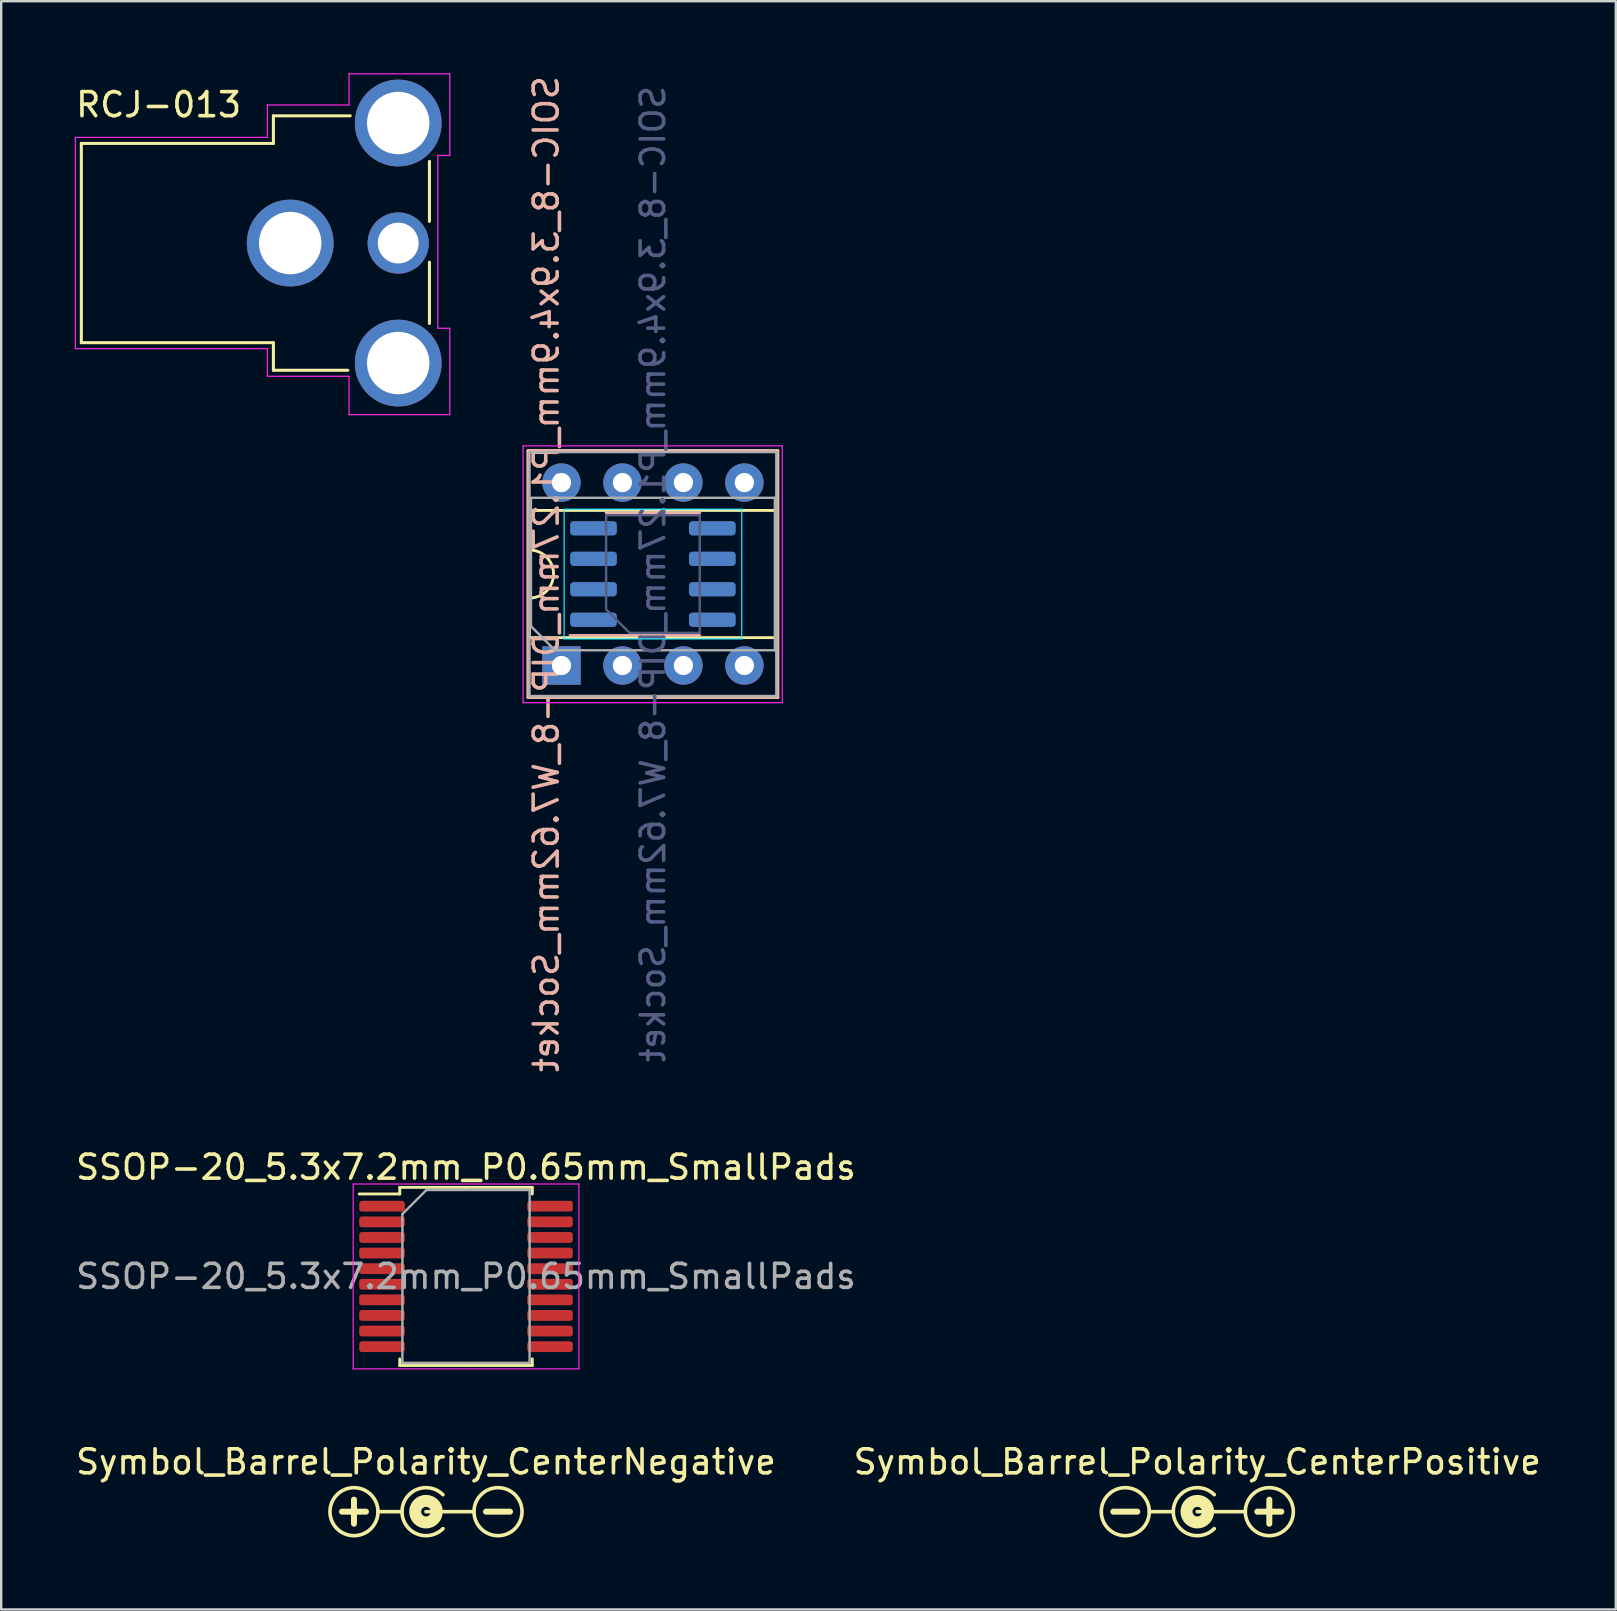
<source format=kicad_pcb>
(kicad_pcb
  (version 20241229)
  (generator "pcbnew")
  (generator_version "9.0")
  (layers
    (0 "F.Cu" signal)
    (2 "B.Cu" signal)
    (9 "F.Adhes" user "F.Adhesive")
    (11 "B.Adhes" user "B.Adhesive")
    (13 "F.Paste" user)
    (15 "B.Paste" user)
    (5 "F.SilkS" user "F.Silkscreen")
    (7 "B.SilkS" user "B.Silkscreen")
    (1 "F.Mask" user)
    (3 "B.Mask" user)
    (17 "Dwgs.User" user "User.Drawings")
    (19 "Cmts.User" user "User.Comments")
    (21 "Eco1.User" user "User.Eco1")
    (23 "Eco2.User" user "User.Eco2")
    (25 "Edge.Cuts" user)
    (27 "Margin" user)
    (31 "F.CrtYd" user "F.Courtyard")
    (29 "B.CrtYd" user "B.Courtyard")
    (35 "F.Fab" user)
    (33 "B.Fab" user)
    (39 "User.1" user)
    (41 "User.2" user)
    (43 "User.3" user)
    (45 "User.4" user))
  (footprint "RCJ-013"
    (layer "F.Cu")
    (at 7.589 7.075)
    (property "Reference" "RCJ-013" (at -4.031 -5.763 0) (layer "F.SilkS") (effects (font (size 1.001 1.001) (thickness 0.15))))
    (attr through_hole)
    (fp_line (start -7.25 -4.15) (end -7.25 4.15) (stroke (width 0.127) (type solid)) (layer "F.SilkS"))
    (fp_line (start -7.25 4.15) (end 0.75 4.15) (stroke (width 0.127) (type solid)) (layer "F.SilkS"))
    (fp_line (start 0.75 -5.3) (end 0.75 -4.15) (stroke (width 0.127) (type solid)) (layer "F.SilkS"))
    (fp_line (start 0.75 -4.15) (end -7.25 -4.15) (stroke (width 0.127) (type solid)) (layer "F.SilkS"))
    (fp_line (start 0.75 4.15) (end 0.75 5.3) (stroke (width 0.127) (type solid)) (layer "F.SilkS"))
    (fp_line (start 0.75 5.3) (end 3.85 5.3) (stroke (width 0.127) (type solid)) (layer "F.SilkS"))
    (fp_line (start 3.95 -5.3) (end 0.75 -5.3) (stroke (width 0.127) (type solid)) (layer "F.SilkS"))
    (fp_line (start 7.25 -0.9) (end 7.25 -3.4) (stroke (width 0.127) (type solid)) (layer "F.SilkS"))
    (fp_line (start 7.25 3.35) (end 7.25 0.8) (stroke (width 0.127) (type solid)) (layer "F.SilkS"))
    (fp_line (start -7.5 -4.4) (end -7.5 4.4) (stroke (width 0.05) (type solid)) (layer "F.CrtYd"))
    (fp_line (start -7.5 4.4) (end 0.5 4.4) (stroke (width 0.05) (type solid)) (layer "F.CrtYd"))
    (fp_line (start 0.5 -5.75) (end 0.5 -4.4) (stroke (width 0.05) (type solid)) (layer "F.CrtYd"))
    (fp_line (start 0.5 -4.4) (end -7.5 -4.4) (stroke (width 0.05) (type solid)) (layer "F.CrtYd"))
    (fp_line (start 0.5 4.4) (end 0.5 5.55) (stroke (width 0.05) (type solid)) (layer "F.CrtYd"))
    (fp_line (start 0.5 5.55) (end 3.9 5.55) (stroke (width 0.05) (type solid)) (layer "F.CrtYd"))
    (fp_line (start 3.9 -7.05) (end 8.1 -7.05) (stroke (width 0.05) (type solid)) (layer "F.CrtYd"))
    (fp_line (start 3.9 -5.75) (end 0.5 -5.75) (stroke (width 0.05) (type solid)) (layer "F.CrtYd"))
    (fp_line (start 3.9 -5.75) (end 3.9 -7.05) (stroke (width 0.05) (type solid)) (layer "F.CrtYd"))
    (fp_line (start 3.9 7.15) (end 3.9 5.55) (stroke (width 0.05) (type solid)) (layer "F.CrtYd"))
    (fp_line (start 7.6 -3.65) (end 7.6 3.55) (stroke (width 0.05) (type solid)) (layer "F.CrtYd"))
    (fp_line (start 7.6 3.55) (end 8.1 3.55) (stroke (width 0.05) (type solid)) (layer "F.CrtYd"))
    (fp_line (start 8.1 -7.05) (end 8.1 -3.65) (stroke (width 0.05) (type solid)) (layer "F.CrtYd"))
    (fp_line (start 8.1 -3.65) (end 7.6 -3.65) (stroke (width 0.05) (type solid)) (layer "F.CrtYd"))
    (fp_line (start 8.1 7.15) (end 3.9 7.15) (stroke (width 0.05) (type solid)) (layer "F.CrtYd"))
    (fp_line (start 8.1 7.15) (end 8.1 3.55) (stroke (width 0.05) (type solid)) (layer "F.CrtYd"))
    (pad "1" thru_hole circle (at 5.95 0) (size 2.55 2.55) (drill 1.7) (layers "*.Cu" "*.Mask"))
    (pad "2" thru_hole circle (at 1.45 0) (size 3.616 3.616) (drill 2.6) (layers "*.Cu" "*.Mask"))
    (pad "2" thru_hole circle (at 5.95 -5) (size 3.616 3.616) (drill 2.6) (layers "*.Cu" "*.Mask"))
    (pad "2" thru_hole circle (at 5.95 5) (size 3.616 3.616) (drill 2.6) (layers "*.Cu" "*.Mask")))
  (footprint "SSOP-20_5.3x7.2mm_P0.65mm_SmallPads"
    (layer "F.Cu")
    (at 16.363 50.124)
    (property "Reference" "SSOP-20_5.3x7.2mm_P0.65mm_SmallPads" (at 0 -4.55 0) (layer "F.SilkS") (effects (font (size 1 1) (thickness 0.15))))
    (attr smd)
    (fp_line (start -2.76 -3.71) (end -2.76 -3.435) (stroke (width 0.12) (type solid)) (layer "F.SilkS"))
    (fp_line (start -2.76 -3.435) (end -4.45 -3.435) (stroke (width 0.12) (type solid)) (layer "F.SilkS"))
    (fp_line (start -2.76 3.71) (end -2.76 3.435) (stroke (width 0.12) (type solid)) (layer "F.SilkS"))
    (fp_line (start 0 -3.71) (end -2.76 -3.71) (stroke (width 0.12) (type solid)) (layer "F.SilkS"))
    (fp_line (start 0 -3.71) (end 2.76 -3.71) (stroke (width 0.12) (type solid)) (layer "F.SilkS"))
    (fp_line (start 0 3.71) (end -2.76 3.71) (stroke (width 0.12) (type solid)) (layer "F.SilkS"))
    (fp_line (start 0 3.71) (end 2.76 3.71) (stroke (width 0.12) (type solid)) (layer "F.SilkS"))
    (fp_line (start 2.76 -3.71) (end 2.76 -3.435) (stroke (width 0.12) (type solid)) (layer "F.SilkS"))
    (fp_line (start 2.76 3.71) (end 2.76 3.435) (stroke (width 0.12) (type solid)) (layer "F.SilkS"))
    (fp_line (start -4.7 -3.85) (end -4.7 3.85) (stroke (width 0.05) (type solid)) (layer "F.CrtYd"))
    (fp_line (start -4.7 3.85) (end 4.7 3.85) (stroke (width 0.05) (type solid)) (layer "F.CrtYd"))
    (fp_line (start 4.7 -3.85) (end -4.7 -3.85) (stroke (width 0.05) (type solid)) (layer "F.CrtYd"))
    (fp_line (start 4.7 3.85) (end 4.7 -3.85) (stroke (width 0.05) (type solid)) (layer "F.CrtYd"))
    (fp_line (start -2.65 -2.6) (end -1.65 -3.6) (stroke (width 0.1) (type solid)) (layer "F.Fab"))
    (fp_line (start -2.65 3.6) (end -2.65 -2.6) (stroke (width 0.1) (type solid)) (layer "F.Fab"))
    (fp_line (start -1.65 -3.6) (end 2.65 -3.6) (stroke (width 0.1) (type solid)) (layer "F.Fab"))
    (fp_line (start 2.65 -3.6) (end 2.65 3.6) (stroke (width 0.1) (type solid)) (layer "F.Fab"))
    (fp_line (start 2.65 3.6) (end -2.65 3.6) (stroke (width 0.1) (type solid)) (layer "F.Fab"))
    (fp_text user "${REFERENCE}" (at 0 0 0) (layer "F.Fab") (effects (font (size 1 1) (thickness 0.15))))
    (pad "1" smd roundrect (at -3.5 -2.925) (size 1.9 0.45) (layers "F.Cu" "F.Mask" "F.Paste") (roundrect_rratio 0.25))
    (pad "2" smd roundrect (at -3.5 -2.275) (size 1.9 0.45) (layers "F.Cu" "F.Mask" "F.Paste") (roundrect_rratio 0.25))
    (pad "3" smd roundrect (at -3.5 -1.625) (size 1.9 0.45) (layers "F.Cu" "F.Mask" "F.Paste") (roundrect_rratio 0.25))
    (pad "4" smd roundrect (at -3.5 -0.975) (size 1.9 0.45) (layers "F.Cu" "F.Mask" "F.Paste") (roundrect_rratio 0.25))
    (pad "5" smd roundrect (at -3.5 -0.325) (size 1.9 0.45) (layers "F.Cu" "F.Mask" "F.Paste") (roundrect_rratio 0.25))
    (pad "6" smd roundrect (at -3.5 0.325) (size 1.9 0.45) (layers "F.Cu" "F.Mask" "F.Paste") (roundrect_rratio 0.25))
    (pad "7" smd roundrect (at -3.5 0.975) (size 1.9 0.45) (layers "F.Cu" "F.Mask" "F.Paste") (roundrect_rratio 0.25))
    (pad "8" smd roundrect (at -3.5 1.625) (size 1.9 0.45) (layers "F.Cu" "F.Mask" "F.Paste") (roundrect_rratio 0.25))
    (pad "9" smd roundrect (at -3.5 2.275) (size 1.9 0.45) (layers "F.Cu" "F.Mask" "F.Paste") (roundrect_rratio 0.25))
    (pad "10" smd roundrect (at -3.5 2.925) (size 1.9 0.45) (layers "F.Cu" "F.Mask" "F.Paste") (roundrect_rratio 0.25))
    (pad "11" smd roundrect (at 3.5 2.925) (size 1.9 0.45) (layers "F.Cu" "F.Mask" "F.Paste") (roundrect_rratio 0.25))
    (pad "12" smd roundrect (at 3.5 2.275) (size 1.9 0.45) (layers "F.Cu" "F.Mask" "F.Paste") (roundrect_rratio 0.25))
    (pad "13" smd roundrect (at 3.5 1.625) (size 1.9 0.45) (layers "F.Cu" "F.Mask" "F.Paste") (roundrect_rratio 0.25))
    (pad "14" smd roundrect (at 3.5 0.975) (size 1.9 0.45) (layers "F.Cu" "F.Mask" "F.Paste") (roundrect_rratio 0.25))
    (pad "15" smd roundrect (at 3.5 0.325) (size 1.9 0.45) (layers "F.Cu" "F.Mask" "F.Paste") (roundrect_rratio 0.25))
    (pad "16" smd roundrect (at 3.5 -0.325) (size 1.9 0.45) (layers "F.Cu" "F.Mask" "F.Paste") (roundrect_rratio 0.25))
    (pad "17" smd roundrect (at 3.5 -0.975) (size 1.9 0.45) (layers "F.Cu" "F.Mask" "F.Paste") (roundrect_rratio 0.25))
    (pad "18" smd roundrect (at 3.5 -1.625) (size 1.9 0.45) (layers "F.Cu" "F.Mask" "F.Paste") (roundrect_rratio 0.25))
    (pad "19" smd roundrect (at 3.5 -2.275) (size 1.9 0.45) (layers "F.Cu" "F.Mask" "F.Paste") (roundrect_rratio 0.25))
    (pad "20" smd roundrect (at 3.5 -2.925) (size 1.9 0.45) (layers "F.Cu" "F.Mask" "F.Paste") (roundrect_rratio 0.25)))
  (footprint "SOIC-8_3.9x4.9mm_P1.27mm_DIP-8_W7.62mm_Socket"
    (layer "F.Cu")
    (at 24.149 20.863)
    (property "Reference" "SOIC-8_3.9x4.9mm_P1.27mm_DIP-8_W7.62mm_Socket" (at -4.445 0 270) (layer "B.SilkS") (effects (font (size 1 1) (thickness 0.15)) (justify mirror)))
    (attr smd)
    (fp_line (start -5.2 -5.14) (end -5.2 5.14) (stroke (width 0.12) (type solid)) (layer "F.SilkS"))
    (fp_line (start -5.2 5.14) (end 5.2 5.14) (stroke (width 0.12) (type solid)) (layer "F.SilkS"))
    (fp_line (start -5.14 -2.65) (end -5.14 -1) (stroke (width 0.12) (type solid)) (layer "F.SilkS"))
    (fp_line (start -5.14 1) (end -5.14 2.65) (stroke (width 0.12) (type solid)) (layer "F.SilkS"))
    (fp_line (start -5.14 2.65) (end 5.14 2.65) (stroke (width 0.12) (type solid)) (layer "F.SilkS"))
    (fp_line (start 5.14 -2.65) (end -5.14 -2.65) (stroke (width 0.12) (type solid)) (layer "F.SilkS"))
    (fp_line (start 5.14 2.65) (end 5.14 -2.65) (stroke (width 0.12) (type solid)) (layer "F.SilkS"))
    (fp_line (start 5.2 -5.14) (end -5.2 -5.14) (stroke (width 0.12) (type solid)) (layer "F.SilkS"))
    (fp_line (start 5.2 5.14) (end 5.2 -5.14) (stroke (width 0.12) (type solid)) (layer "F.SilkS"))
    (fp_arc (start -5.14 -1) (mid -4.14 0) (end -5.14 1) (stroke (width 0.12) (type solid)) (layer "F.SilkS"))
    (fp_line (start -5.2 -5.14) (end 5.2 -5.14) (stroke (width 0.12) (type solid)) (layer "B.SilkS"))
    (fp_line (start -5.2 5.14) (end -5.2 -5.14) (stroke (width 0.12) (type solid)) (layer "B.SilkS"))
    (fp_line (start 0 -2.56) (end -1.95 -2.56) (stroke (width 0.12) (type solid)) (layer "B.SilkS"))
    (fp_line (start 0 -2.56) (end 1.95 -2.56) (stroke (width 0.12) (type solid)) (layer "B.SilkS"))
    (fp_line (start 0 2.56) (end -3.45 2.56) (stroke (width 0.12) (type solid)) (layer "B.SilkS"))
    (fp_line (start 0 2.56) (end 1.95 2.56) (stroke (width 0.12) (type solid)) (layer "B.SilkS"))
    (fp_line (start 5.2 -5.14) (end 5.2 5.14) (stroke (width 0.12) (type solid)) (layer "B.SilkS"))
    (fp_line (start 5.2 5.14) (end -5.2 5.14) (stroke (width 0.12) (type solid)) (layer "B.SilkS"))
    (fp_line (start -3.7 -2.7) (end 3.7 -2.7) (stroke (width 0.05) (type solid)) (layer "B.CrtYd"))
    (fp_line (start -3.7 2.7) (end -3.7 -2.7) (stroke (width 0.05) (type solid)) (layer "B.CrtYd"))
    (fp_line (start 3.7 -2.7) (end 3.7 2.7) (stroke (width 0.05) (type solid)) (layer "B.CrtYd"))
    (fp_line (start 3.7 2.7) (end -3.7 2.7) (stroke (width 0.05) (type solid)) (layer "B.CrtYd"))
    (fp_line (start -5.41 -5.34) (end -5.41 5.36) (stroke (width 0.05) (type solid)) (layer "F.CrtYd"))
    (fp_line (start -5.41 5.36) (end 5.39 5.36) (stroke (width 0.05) (type solid)) (layer "F.CrtYd"))
    (fp_line (start 5.39 -5.34) (end -5.41 -5.34) (stroke (width 0.05) (type solid)) (layer "F.CrtYd"))
    (fp_line (start 5.39 5.36) (end 5.39 -5.34) (stroke (width 0.05) (type solid)) (layer "F.CrtYd"))
    (fp_line (start -1.95 -2.45) (end -1.95 1.475) (stroke (width 0.1) (type solid)) (layer "B.Fab"))
    (fp_line (start -1.95 1.475) (end -0.975 2.45) (stroke (width 0.1) (type solid)) (layer "B.Fab"))
    (fp_line (start -0.975 2.45) (end 1.95 2.45) (stroke (width 0.1) (type solid)) (layer "B.Fab"))
    (fp_line (start 1.95 -2.45) (end -1.95 -2.45) (stroke (width 0.1) (type solid)) (layer "B.Fab"))
    (fp_line (start 1.95 2.45) (end 1.95 -2.45) (stroke (width 0.1) (type solid)) (layer "B.Fab"))
    (fp_line (start -5.14 -5.08) (end -5.14 5.08) (stroke (width 0.1) (type solid)) (layer "F.Fab"))
    (fp_line (start -5.14 5.08) (end 5.14 5.08) (stroke (width 0.1) (type solid)) (layer "F.Fab"))
    (fp_line (start -5.08 -3.175) (end 5.08 -3.175) (stroke (width 0.1) (type solid)) (layer "F.Fab"))
    (fp_line (start -5.08 2.175) (end -5.08 -3.175) (stroke (width 0.1) (type solid)) (layer "F.Fab"))
    (fp_line (start -4.08 3.175) (end -5.08 2.175) (stroke (width 0.1) (type solid)) (layer "F.Fab"))
    (fp_line (start 5.08 -3.175) (end 5.08 3.175) (stroke (width 0.1) (type solid)) (layer "F.Fab"))
    (fp_line (start 5.08 3.175) (end -4.08 3.175) (stroke (width 0.1) (type solid)) (layer "F.Fab"))
    (fp_line (start 5.14 -5.08) (end -5.14 -5.08) (stroke (width 0.1) (type solid)) (layer "F.Fab"))
    (fp_line (start 5.14 5.08) (end 5.14 -5.08) (stroke (width 0.1) (type solid)) (layer "F.Fab"))
    (fp_text user "${REFERENCE}" (at 0 0 270) (layer "B.Fab") (effects (font (size 0.98 0.98) (thickness 0.15)) (justify mirror)))
    (pad "1" thru_hole rect (at -3.81 3.81 90) (size 1.6 1.6) (drill 0.8) (layers "*.Cu" "*.Mask"))
    (pad "1" smd roundrect (at -2.475 1.905) (size 1.95 0.6) (layers "B.Cu" "B.Mask" "B.Paste") (roundrect_rratio 0.25))
    (pad "2" smd roundrect (at -2.475 0.635) (size 1.95 0.6) (layers "B.Cu" "B.Mask" "B.Paste") (roundrect_rratio 0.25))
    (pad "2" thru_hole oval (at -1.27 3.81 90) (size 1.6 1.6) (drill 0.8) (layers "*.Cu" "*.Mask"))
    (pad "3" smd roundrect (at -2.475 -0.635) (size 1.95 0.6) (layers "B.Cu" "B.Mask" "B.Paste") (roundrect_rratio 0.25))
    (pad "3" thru_hole oval (at 1.27 3.81 90) (size 1.6 1.6) (drill 0.8) (layers "*.Cu" "*.Mask"))
    (pad "4" smd roundrect (at -2.475 -1.905) (size 1.95 0.6) (layers "B.Cu" "B.Mask" "B.Paste") (roundrect_rratio 0.25))
    (pad "4" thru_hole oval (at 3.81 3.81 90) (size 1.6 1.6) (drill 0.8) (layers "*.Cu" "*.Mask"))
    (pad "5" smd roundrect (at 2.475 -1.905) (size 1.95 0.6) (layers "B.Cu" "B.Mask" "B.Paste") (roundrect_rratio 0.25))
    (pad "5" thru_hole oval (at 3.81 -3.81 90) (size 1.6 1.6) (drill 0.8) (layers "*.Cu" "*.Mask"))
    (pad "6" thru_hole oval (at 1.27 -3.81 90) (size 1.6 1.6) (drill 0.8) (layers "*.Cu" "*.Mask"))
    (pad "6" smd roundrect (at 2.475 -0.635) (size 1.95 0.6) (layers "B.Cu" "B.Mask" "B.Paste") (roundrect_rratio 0.25))
    (pad "7" thru_hole oval (at -1.27 -3.81 90) (size 1.6 1.6) (drill 0.8) (layers "*.Cu" "*.Mask"))
    (pad "7" smd roundrect (at 2.475 0.635) (size 1.95 0.6) (layers "B.Cu" "B.Mask" "B.Paste") (roundrect_rratio 0.25))
    (pad "8" thru_hole oval (at -3.81 -3.81 90) (size 1.6 1.6) (drill 0.8) (layers "*.Cu" "*.Mask"))
    (pad "8" smd roundrect (at 2.475 1.905) (size 1.95 0.6) (layers "B.Cu" "B.Mask" "B.Paste") (roundrect_rratio 0.25)))
  (footprint "Symbol_Barrel_Polarity_CenterNegative"
    (layer "F.Cu")
    (at 14.696 59.923)
    (property "Reference" "Symbol_Barrel_Polarity_CenterNegative" (at 0 -2.075 0) (layer "F.SilkS") (effects (font (size 1 1) (thickness 0.15))))
    (attr exclude_from_pos_files exclude_from_bom)
    (fp_line (start -3.5 0) (end -2.5 0) (stroke (width 0.25) (type solid)) (layer "F.SilkS"))
    (fp_line (start -3 -0.5) (end -3 0.5) (stroke (width 0.25) (type solid)) (layer "F.SilkS"))
    (fp_line (start -2 0) (end -1 0) (stroke (width 0.15) (type solid)) (layer "F.SilkS"))
    (fp_line (start 0 0) (end 2 0) (stroke (width 0.15) (type solid)) (layer "F.SilkS"))
    (fp_line (start 2.5 0) (end 3.5 0) (stroke (width 0.25) (type solid)) (layer "F.SilkS"))
    (fp_arc (start 0.707107 0.707107) (mid -1 0) (end 0.707107 -0.707107) (stroke (width 0.15) (type solid)) (layer "F.SilkS"))
    (fp_circle (center -3 0) (end -2 0) (stroke (width 0.15) (type solid)) (fill no) (layer "F.SilkS"))
    (fp_circle (center 0 0) (end 0.2 0) (stroke (width 0.5) (type solid)) (fill no) (layer "F.SilkS"))
    (fp_circle (center 3 0) (end 4 0) (stroke (width 0.15) (type solid)) (fill no) (layer "F.SilkS")))
  (footprint "Symbol_Barrel_Polarity_CenterPositive"
    (layer "F.Cu")
    (at 46.827 59.923)
    (property "Reference" "Symbol_Barrel_Polarity_CenterPositive" (at 0 -2.075 0) (layer "F.SilkS") (effects (font (size 1 1) (thickness 0.15))))
    (attr exclude_from_pos_files exclude_from_bom)
    (fp_line (start -3.5 0) (end -2.5 0) (stroke (width 0.25) (type solid)) (layer "F.SilkS"))
    (fp_line (start -2 0) (end -1 0) (stroke (width 0.15) (type solid)) (layer "F.SilkS"))
    (fp_line (start 0 0) (end 2 0) (stroke (width 0.15) (type solid)) (layer "F.SilkS"))
    (fp_line (start 2.5 0) (end 3.5 0) (stroke (width 0.25) (type solid)) (layer "F.SilkS"))
    (fp_line (start 3 -0.5) (end 3 0.5) (stroke (width 0.25) (type solid)) (layer "F.SilkS"))
    (fp_arc (start 0.707107 0.707107) (mid -1 0) (end 0.707107 -0.707107) (stroke (width 0.15) (type solid)) (layer "F.SilkS"))
    (fp_circle (center -3 0) (end -2 0) (stroke (width 0.15) (type solid)) (fill no) (layer "F.SilkS"))
    (fp_circle (center 0 0) (end 0.2 0) (stroke (width 0.5) (type solid)) (fill no) (layer "F.SilkS"))
    (fp_circle (center 3 0) (end 4 0) (stroke (width 0.15) (type solid)) (fill no) (layer "F.SilkS")))
  (gr_rect
    (start -3 -3)
    (end 64.262 63.998)
    (stroke (width 0.1) (type default))
    (fill no)
    (layer "Edge.Cuts")))
</source>
